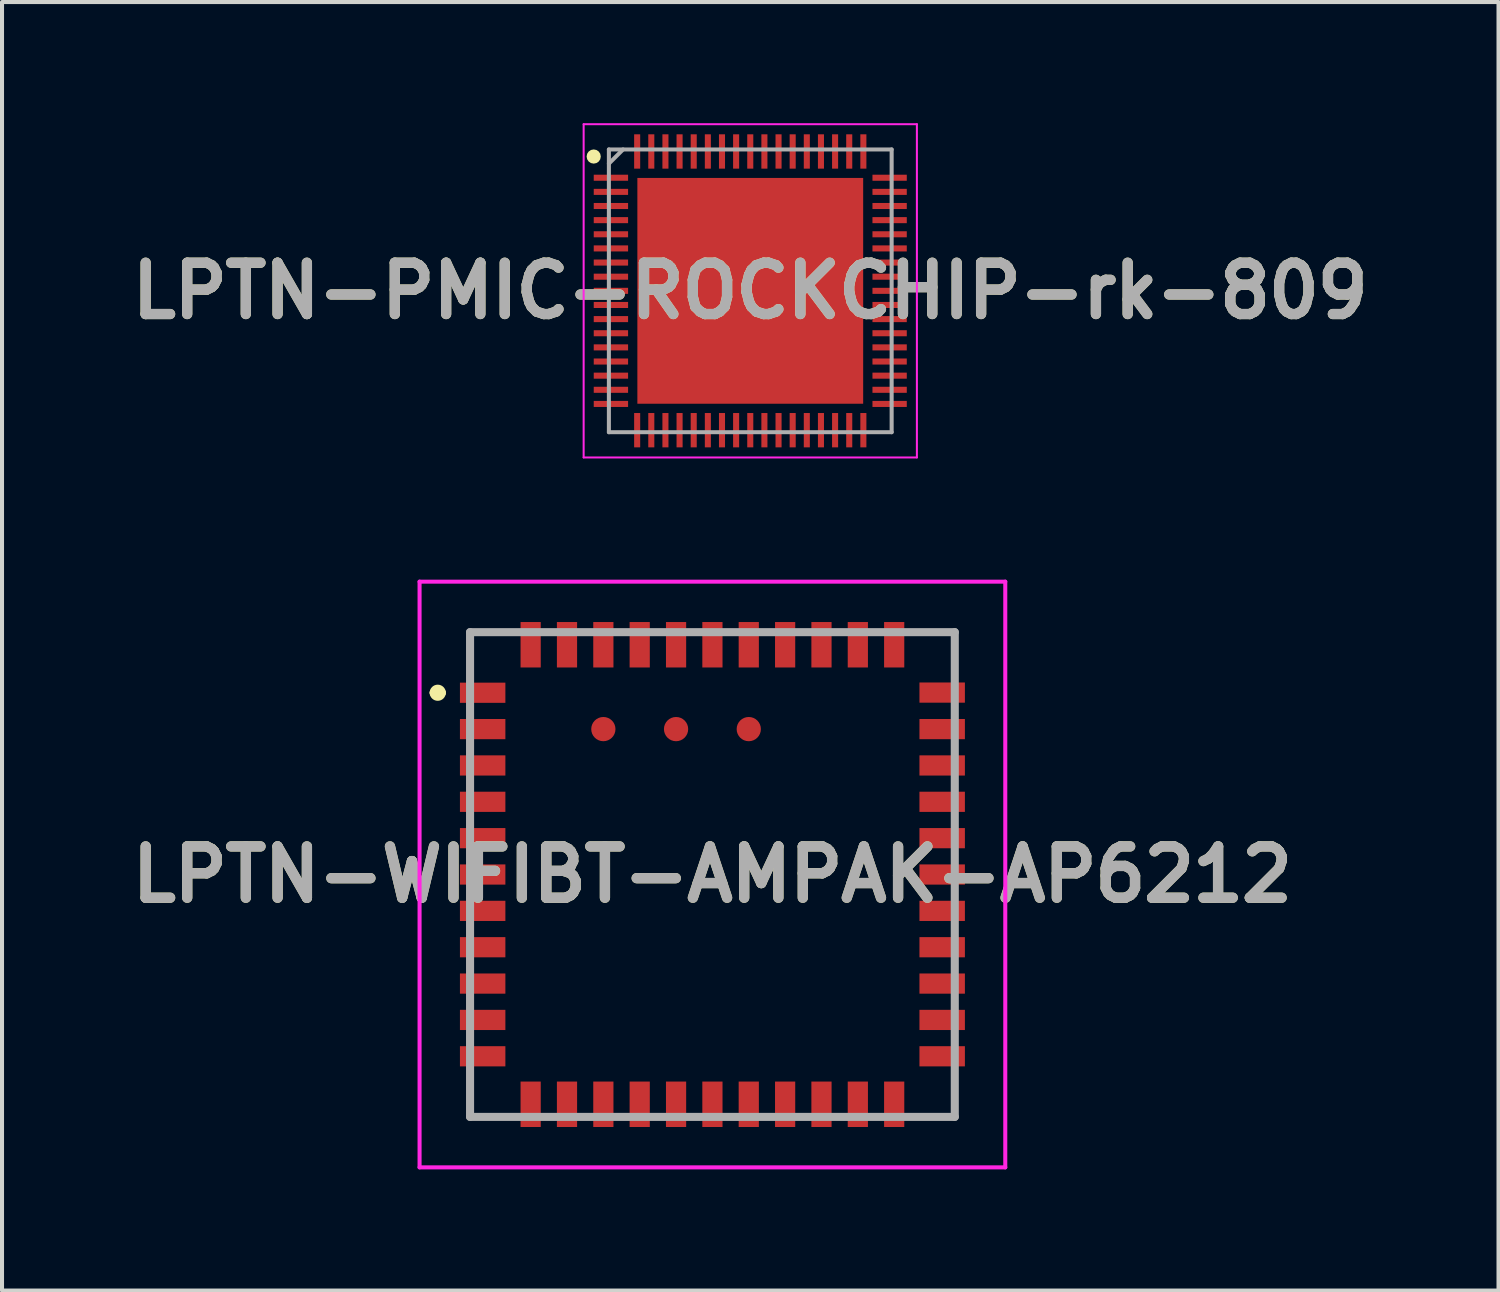
<source format=kicad_pcb>
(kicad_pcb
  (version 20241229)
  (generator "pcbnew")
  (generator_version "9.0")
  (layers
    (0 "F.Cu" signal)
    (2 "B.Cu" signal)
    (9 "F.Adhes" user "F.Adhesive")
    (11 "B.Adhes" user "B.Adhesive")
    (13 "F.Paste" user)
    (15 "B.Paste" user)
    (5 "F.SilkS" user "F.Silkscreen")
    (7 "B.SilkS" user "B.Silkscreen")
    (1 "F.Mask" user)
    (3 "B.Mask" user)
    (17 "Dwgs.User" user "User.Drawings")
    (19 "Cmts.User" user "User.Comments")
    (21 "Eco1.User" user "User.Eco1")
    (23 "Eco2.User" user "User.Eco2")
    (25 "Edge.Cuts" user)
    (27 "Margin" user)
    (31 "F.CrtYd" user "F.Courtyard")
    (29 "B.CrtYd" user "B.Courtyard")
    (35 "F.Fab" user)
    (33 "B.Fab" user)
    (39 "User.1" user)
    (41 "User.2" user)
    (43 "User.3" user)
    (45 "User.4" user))
  (footprint "LPTN-WIFIBT-AMPAK-AP6212"
    (layer "F.Cu")
    (at 14.587 18.6)
    (property "Reference" "LPTN-WIFIBT-AMPAK-AP6212" (at 0 0 0) (layer "F.SilkS") (effects (font (size 1.27 1.27) (thickness 0.254))))
    (attr smd)
    (fp_line (start -6.9 -4.5) (end -6.9 -4.5) (stroke (width 0.2) (type solid)) (layer "F.SilkS"))
    (fp_line (start -6.7 -4.5) (end -6.7 -4.5) (stroke (width 0.2) (type solid)) (layer "F.SilkS"))
    (fp_line (start -6 -6) (end -5.5 -6) (stroke (width 0.1) (type solid)) (layer "F.SilkS"))
    (fp_line (start -6 -5.5) (end -6 -6) (stroke (width 0.1) (type solid)) (layer "F.SilkS"))
    (fp_line (start -6 6) (end -6 5.5) (stroke (width 0.1) (type solid)) (layer "F.SilkS"))
    (fp_line (start -5.5 6) (end -6 6) (stroke (width 0.1) (type solid)) (layer "F.SilkS"))
    (fp_line (start 5.5 -6) (end 6 -6) (stroke (width 0.1) (type solid)) (layer "F.SilkS"))
    (fp_line (start 5.5 6) (end 6 6) (stroke (width 0.1) (type solid)) (layer "F.SilkS"))
    (fp_line (start 6 -6) (end 6 -5.5) (stroke (width 0.1) (type solid)) (layer "F.SilkS"))
    (fp_line (start 6 6) (end 6 5.5) (stroke (width 0.1) (type solid)) (layer "F.SilkS"))
    (fp_arc (start -6.9 -4.5) (mid -6.8 -4.6) (end -6.7 -4.5) (stroke (width 0.2) (type solid)) (layer "F.SilkS"))
    (fp_arc (start -6.7 -4.5) (mid -6.8 -4.4) (end -6.9 -4.5) (stroke (width 0.2) (type solid)) (layer "F.SilkS"))
    (fp_line (start -7.25 -7.25) (end 7.25 -7.25) (stroke (width 0.1) (type solid)) (layer "F.CrtYd"))
    (fp_line (start -7.25 7.25) (end -7.25 -7.25) (stroke (width 0.1) (type solid)) (layer "F.CrtYd"))
    (fp_line (start 7.25 -7.25) (end 7.25 7.25) (stroke (width 0.1) (type solid)) (layer "F.CrtYd"))
    (fp_line (start 7.25 7.25) (end -7.25 7.25) (stroke (width 0.1) (type solid)) (layer "F.CrtYd"))
    (fp_line (start -6 -6) (end 6 -6) (stroke (width 0.2) (type solid)) (layer "F.Fab"))
    (fp_line (start -6 6) (end -6 -6) (stroke (width 0.2) (type solid)) (layer "F.Fab"))
    (fp_line (start 6 -6) (end 6 6) (stroke (width 0.2) (type solid)) (layer "F.Fab"))
    (fp_line (start 6 6) (end -6 6) (stroke (width 0.2) (type solid)) (layer "F.Fab"))
    (fp_text user "${REFERENCE}" (at 0 0 0) (layer "F.Fab") (effects (font (size 1.27 1.27) (thickness 0.254))))
    (pad "1" smd rect (at -5.688 -4.5 90) (size 0.5 1.125) (layers "F.Cu" "F.Mask" "F.Paste"))
    (pad "2" smd rect (at -5.688 -3.6 90) (size 0.5 1.125) (layers "F.Cu" "F.Mask" "F.Paste"))
    (pad "3" smd rect (at -5.688 -2.7 90) (size 0.5 1.125) (layers "F.Cu" "F.Mask" "F.Paste"))
    (pad "4" smd rect (at -5.688 -1.8 90) (size 0.5 1.125) (layers "F.Cu" "F.Mask" "F.Paste"))
    (pad "5" smd rect (at -5.688 -0.9 90) (size 0.5 1.125) (layers "F.Cu" "F.Mask" "F.Paste"))
    (pad "6" smd rect (at -5.688 0 90) (size 0.5 1.125) (layers "F.Cu" "F.Mask" "F.Paste"))
    (pad "7" smd rect (at -5.688 0.9 90) (size 0.5 1.125) (layers "F.Cu" "F.Mask" "F.Paste"))
    (pad "8" smd rect (at -5.688 1.8 90) (size 0.5 1.125) (layers "F.Cu" "F.Mask" "F.Paste"))
    (pad "9" smd rect (at -5.688 2.7 90) (size 0.5 1.125) (layers "F.Cu" "F.Mask" "F.Paste"))
    (pad "10" smd rect (at -5.688 3.6 90) (size 0.5 1.125) (layers "F.Cu" "F.Mask" "F.Paste"))
    (pad "11" smd rect (at -5.688 4.5 90) (size 0.5 1.125) (layers "F.Cu" "F.Mask" "F.Paste"))
    (pad "12" smd rect (at -4.5 5.688) (size 0.5 1.125) (layers "F.Cu" "F.Mask" "F.Paste"))
    (pad "13" smd rect (at -3.6 5.688) (size 0.5 1.125) (layers "F.Cu" "F.Mask" "F.Paste"))
    (pad "14" smd rect (at -2.7 5.688) (size 0.5 1.125) (layers "F.Cu" "F.Mask" "F.Paste"))
    (pad "15" smd rect (at -1.8 5.688) (size 0.5 1.125) (layers "F.Cu" "F.Mask" "F.Paste"))
    (pad "16" smd rect (at -0.9 5.688) (size 0.5 1.125) (layers "F.Cu" "F.Mask" "F.Paste"))
    (pad "17" smd rect (at 0 5.688) (size 0.5 1.125) (layers "F.Cu" "F.Mask" "F.Paste"))
    (pad "18" smd rect (at 0.9 5.688) (size 0.5 1.125) (layers "F.Cu" "F.Mask" "F.Paste"))
    (pad "19" smd rect (at 1.8 5.688) (size 0.5 1.125) (layers "F.Cu" "F.Mask" "F.Paste"))
    (pad "20" smd rect (at 2.7 5.688) (size 0.5 1.125) (layers "F.Cu" "F.Mask" "F.Paste"))
    (pad "21" smd rect (at 3.6 5.688) (size 0.5 1.125) (layers "F.Cu" "F.Mask" "F.Paste"))
    (pad "22" smd rect (at 4.5 5.688) (size 0.5 1.125) (layers "F.Cu" "F.Mask" "F.Paste"))
    (pad "23" smd rect (at 5.688 4.5 90) (size 0.5 1.125) (layers "F.Cu" "F.Mask" "F.Paste"))
    (pad "24" smd rect (at 5.688 3.6 90) (size 0.5 1.125) (layers "F.Cu" "F.Mask" "F.Paste"))
    (pad "25" smd rect (at 5.688 2.7 90) (size 0.5 1.125) (layers "F.Cu" "F.Mask" "F.Paste"))
    (pad "26" smd rect (at 5.688 1.8 90) (size 0.5 1.125) (layers "F.Cu" "F.Mask" "F.Paste"))
    (pad "27" smd rect (at 5.688 0.9 90) (size 0.5 1.125) (layers "F.Cu" "F.Mask" "F.Paste"))
    (pad "28" smd rect (at 5.688 0 90) (size 0.5 1.125) (layers "F.Cu" "F.Mask" "F.Paste"))
    (pad "29" smd rect (at 5.688 -0.9 90) (size 0.5 1.125) (layers "F.Cu" "F.Mask" "F.Paste"))
    (pad "30" smd rect (at 5.688 -1.8 90) (size 0.5 1.125) (layers "F.Cu" "F.Mask" "F.Paste"))
    (pad "31" smd rect (at 5.688 -2.7 90) (size 0.5 1.125) (layers "F.Cu" "F.Mask" "F.Paste"))
    (pad "32" smd rect (at 5.688 -3.6 90) (size 0.5 1.125) (layers "F.Cu" "F.Mask" "F.Paste"))
    (pad "33" smd rect (at 5.688 -4.504 90) (size 0.5 1.125) (layers "F.Cu" "F.Mask" "F.Paste"))
    (pad "34" smd rect (at 4.5 -5.688) (size 0.5 1.125) (layers "F.Cu" "F.Mask" "F.Paste"))
    (pad "35" smd rect (at 3.6 -5.688) (size 0.5 1.125) (layers "F.Cu" "F.Mask" "F.Paste"))
    (pad "36" smd rect (at 2.7 -5.688) (size 0.5 1.125) (layers "F.Cu" "F.Mask" "F.Paste"))
    (pad "37" smd rect (at 1.8 -5.688) (size 0.5 1.125) (layers "F.Cu" "F.Mask" "F.Paste"))
    (pad "38" smd rect (at 0.9 -5.688) (size 0.5 1.125) (layers "F.Cu" "F.Mask" "F.Paste"))
    (pad "39" smd rect (at 0 -5.688) (size 0.5 1.125) (layers "F.Cu" "F.Mask" "F.Paste"))
    (pad "40" smd rect (at -0.9 -5.688) (size 0.5 1.125) (layers "F.Cu" "F.Mask" "F.Paste"))
    (pad "41" smd rect (at -1.8 -5.688) (size 0.5 1.125) (layers "F.Cu" "F.Mask" "F.Paste"))
    (pad "42" smd rect (at -2.7 -5.688) (size 0.5 1.125) (layers "F.Cu" "F.Mask" "F.Paste"))
    (pad "43" smd rect (at -3.6 -5.688) (size 0.5 1.125) (layers "F.Cu" "F.Mask" "F.Paste"))
    (pad "44" smd rect (at -4.5 -5.688) (size 0.5 1.125) (layers "F.Cu" "F.Mask" "F.Paste"))
    (pad "TP1" smd circle (at -2.7 -3.6 90) (size 0.6 0.6) (layers "F.Cu" "F.Mask" "F.Paste"))
    (pad "TP2" smd circle (at -0.9 -3.6 90) (size 0.6 0.6) (layers "F.Cu" "F.Mask" "F.Paste"))
    (pad "TP3" smd circle (at 0.9 -3.6 90) (size 0.6 0.6) (layers "F.Cu" "F.Mask" "F.Paste")))
  (footprint "LPTN-PMIC-ROCKCHIP-rk-809"
    (layer "F.Cu")
    (at 15.524 4.15)
    (property "Reference" "LPTN-PMIC-ROCKCHIP-rk-809" (at 0 0 0) (layer "F.SilkS") (effects (font (size 1.27 1.27) (thickness 0.254))))
    (attr smd)
    (fp_circle (center -3.876 -3.325) (end -3.876 -3.237) (stroke (width 0.175) (type solid)) (fill no) (layer "F.SilkS"))
    (fp_line (start -4.125 -4.125) (end 4.125 -4.125) (stroke (width 0.05) (type solid)) (layer "F.CrtYd"))
    (fp_line (start -4.125 4.125) (end -4.125 -4.125) (stroke (width 0.05) (type solid)) (layer "F.CrtYd"))
    (fp_line (start 4.125 -4.125) (end 4.125 4.125) (stroke (width 0.05) (type solid)) (layer "F.CrtYd"))
    (fp_line (start 4.125 4.125) (end -4.125 4.125) (stroke (width 0.05) (type solid)) (layer "F.CrtYd"))
    (fp_line (start -3.5 -3.5) (end 3.5 -3.5) (stroke (width 0.1) (type solid)) (layer "F.Fab"))
    (fp_line (start -3.5 -3.15) (end -3.15 -3.5) (stroke (width 0.1) (type solid)) (layer "F.Fab"))
    (fp_line (start -3.5 3.5) (end -3.5 -3.5) (stroke (width 0.1) (type solid)) (layer "F.Fab"))
    (fp_line (start 3.5 -3.5) (end 3.5 3.5) (stroke (width 0.1) (type solid)) (layer "F.Fab"))
    (fp_line (start 3.5 3.5) (end -3.5 3.5) (stroke (width 0.1) (type solid)) (layer "F.Fab"))
    (fp_text user "${REFERENCE}" (at 0 0 0) (layer "F.Fab") (effects (font (size 1.27 1.27) (thickness 0.254))))
    (pad "1" smd rect (at -3.45 -2.8 90) (size 0.15 0.85) (layers "F.Cu" "F.Mask" "F.Paste"))
    (pad "2" smd rect (at -3.45 -2.45 90) (size 0.15 0.85) (layers "F.Cu" "F.Mask" "F.Paste"))
    (pad "3" smd rect (at -3.45 -2.1 90) (size 0.15 0.85) (layers "F.Cu" "F.Mask" "F.Paste"))
    (pad "4" smd rect (at -3.45 -1.75 90) (size 0.15 0.85) (layers "F.Cu" "F.Mask" "F.Paste"))
    (pad "5" smd rect (at -3.45 -1.4 90) (size 0.15 0.85) (layers "F.Cu" "F.Mask" "F.Paste"))
    (pad "6" smd rect (at -3.45 -1.05 90) (size 0.15 0.85) (layers "F.Cu" "F.Mask" "F.Paste"))
    (pad "7" smd rect (at -3.45 -0.7 90) (size 0.15 0.85) (layers "F.Cu" "F.Mask" "F.Paste"))
    (pad "8" smd rect (at -3.45 -0.35 90) (size 0.15 0.85) (layers "F.Cu" "F.Mask" "F.Paste"))
    (pad "9" smd rect (at -3.45 0 90) (size 0.15 0.85) (layers "F.Cu" "F.Mask" "F.Paste"))
    (pad "10" smd rect (at -3.45 0.35 90) (size 0.15 0.85) (layers "F.Cu" "F.Mask" "F.Paste"))
    (pad "11" smd rect (at -3.45 0.7 90) (size 0.15 0.85) (layers "F.Cu" "F.Mask" "F.Paste"))
    (pad "12" smd rect (at -3.45 1.05 90) (size 0.15 0.85) (layers "F.Cu" "F.Mask" "F.Paste"))
    (pad "13" smd rect (at -3.45 1.4 90) (size 0.15 0.85) (layers "F.Cu" "F.Mask" "F.Paste"))
    (pad "14" smd rect (at -3.45 1.75 90) (size 0.15 0.85) (layers "F.Cu" "F.Mask" "F.Paste"))
    (pad "15" smd rect (at -3.45 2.1 90) (size 0.15 0.85) (layers "F.Cu" "F.Mask" "F.Paste"))
    (pad "16" smd rect (at -3.45 2.45 90) (size 0.15 0.85) (layers "F.Cu" "F.Mask" "F.Paste"))
    (pad "17" smd rect (at -3.45 2.8 90) (size 0.15 0.85) (layers "F.Cu" "F.Mask" "F.Paste"))
    (pad "18" smd rect (at -2.8 3.45) (size 0.15 0.85) (layers "F.Cu" "F.Mask" "F.Paste"))
    (pad "19" smd rect (at -2.45 3.45) (size 0.15 0.85) (layers "F.Cu" "F.Mask" "F.Paste"))
    (pad "20" smd rect (at -2.1 3.45) (size 0.15 0.85) (layers "F.Cu" "F.Mask" "F.Paste"))
    (pad "21" smd rect (at -1.75 3.45) (size 0.15 0.85) (layers "F.Cu" "F.Mask" "F.Paste"))
    (pad "22" smd rect (at -1.4 3.45) (size 0.15 0.85) (layers "F.Cu" "F.Mask" "F.Paste"))
    (pad "23" smd rect (at -1.05 3.45) (size 0.15 0.85) (layers "F.Cu" "F.Mask" "F.Paste"))
    (pad "24" smd rect (at -0.7 3.45) (size 0.15 0.85) (layers "F.Cu" "F.Mask" "F.Paste"))
    (pad "25" smd rect (at -0.35 3.45) (size 0.15 0.85) (layers "F.Cu" "F.Mask" "F.Paste"))
    (pad "26" smd rect (at 0 3.45) (size 0.15 0.85) (layers "F.Cu" "F.Mask" "F.Paste"))
    (pad "27" smd rect (at 0.35 3.45) (size 0.15 0.85) (layers "F.Cu" "F.Mask" "F.Paste"))
    (pad "28" smd rect (at 0.7 3.45) (size 0.15 0.85) (layers "F.Cu" "F.Mask" "F.Paste"))
    (pad "29" smd rect (at 1.05 3.45) (size 0.15 0.85) (layers "F.Cu" "F.Mask" "F.Paste"))
    (pad "30" smd rect (at 1.4 3.45) (size 0.15 0.85) (layers "F.Cu" "F.Mask" "F.Paste"))
    (pad "31" smd rect (at 1.75 3.45) (size 0.15 0.85) (layers "F.Cu" "F.Mask" "F.Paste"))
    (pad "32" smd rect (at 2.1 3.45) (size 0.15 0.85) (layers "F.Cu" "F.Mask" "F.Paste"))
    (pad "33" smd rect (at 2.45 3.45) (size 0.15 0.85) (layers "F.Cu" "F.Mask" "F.Paste"))
    (pad "34" smd rect (at 2.8 3.45) (size 0.15 0.85) (layers "F.Cu" "F.Mask" "F.Paste"))
    (pad "35" smd rect (at 3.45 2.8 90) (size 0.15 0.85) (layers "F.Cu" "F.Mask" "F.Paste"))
    (pad "36" smd rect (at 3.45 2.45 90) (size 0.15 0.85) (layers "F.Cu" "F.Mask" "F.Paste"))
    (pad "37" smd rect (at 3.45 2.1 90) (size 0.15 0.85) (layers "F.Cu" "F.Mask" "F.Paste"))
    (pad "38" smd rect (at 3.45 1.75 90) (size 0.15 0.85) (layers "F.Cu" "F.Mask" "F.Paste"))
    (pad "39" smd rect (at 3.45 1.4 90) (size 0.15 0.85) (layers "F.Cu" "F.Mask" "F.Paste"))
    (pad "40" smd rect (at 3.45 1.05 90) (size 0.15 0.85) (layers "F.Cu" "F.Mask" "F.Paste"))
    (pad "41" smd rect (at 3.45 0.7 90) (size 0.15 0.85) (layers "F.Cu" "F.Mask" "F.Paste"))
    (pad "42" smd rect (at 3.45 0.35 90) (size 0.15 0.85) (layers "F.Cu" "F.Mask" "F.Paste"))
    (pad "43" smd rect (at 3.45 0 90) (size 0.15 0.85) (layers "F.Cu" "F.Mask" "F.Paste"))
    (pad "44" smd rect (at 3.45 -0.35 90) (size 0.15 0.85) (layers "F.Cu" "F.Mask" "F.Paste"))
    (pad "45" smd rect (at 3.45 -0.7 90) (size 0.15 0.85) (layers "F.Cu" "F.Mask" "F.Paste"))
    (pad "46" smd rect (at 3.45 -1.05 90) (size 0.15 0.85) (layers "F.Cu" "F.Mask" "F.Paste"))
    (pad "47" smd rect (at 3.45 -1.4 90) (size 0.15 0.85) (layers "F.Cu" "F.Mask" "F.Paste"))
    (pad "48" smd rect (at 3.45 -1.75 90) (size 0.15 0.85) (layers "F.Cu" "F.Mask" "F.Paste"))
    (pad "49" smd rect (at 3.45 -2.1 90) (size 0.15 0.85) (layers "F.Cu" "F.Mask" "F.Paste"))
    (pad "50" smd rect (at 3.45 -2.45 90) (size 0.15 0.85) (layers "F.Cu" "F.Mask" "F.Paste"))
    (pad "51" smd rect (at 3.45 -2.8 90) (size 0.15 0.85) (layers "F.Cu" "F.Mask" "F.Paste"))
    (pad "52" smd rect (at 2.8 -3.45) (size 0.15 0.85) (layers "F.Cu" "F.Mask" "F.Paste"))
    (pad "53" smd rect (at 2.45 -3.45) (size 0.15 0.85) (layers "F.Cu" "F.Mask" "F.Paste"))
    (pad "54" smd rect (at 2.1 -3.45) (size 0.15 0.85) (layers "F.Cu" "F.Mask" "F.Paste"))
    (pad "55" smd rect (at 1.75 -3.45) (size 0.15 0.85) (layers "F.Cu" "F.Mask" "F.Paste"))
    (pad "56" smd rect (at 1.4 -3.45) (size 0.15 0.85) (layers "F.Cu" "F.Mask" "F.Paste"))
    (pad "57" smd rect (at 1.05 -3.45) (size 0.15 0.85) (layers "F.Cu" "F.Mask" "F.Paste"))
    (pad "58" smd rect (at 0.7 -3.45) (size 0.15 0.85) (layers "F.Cu" "F.Mask" "F.Paste"))
    (pad "59" smd rect (at 0.35 -3.45) (size 0.15 0.85) (layers "F.Cu" "F.Mask" "F.Paste"))
    (pad "60" smd rect (at 0 -3.45) (size 0.15 0.85) (layers "F.Cu" "F.Mask" "F.Paste"))
    (pad "61" smd rect (at -0.35 -3.45) (size 0.15 0.85) (layers "F.Cu" "F.Mask" "F.Paste"))
    (pad "62" smd rect (at -0.7 -3.45) (size 0.15 0.85) (layers "F.Cu" "F.Mask" "F.Paste"))
    (pad "63" smd rect (at -1.05 -3.45) (size 0.15 0.85) (layers "F.Cu" "F.Mask" "F.Paste"))
    (pad "64" smd rect (at -1.4 -3.45) (size 0.15 0.85) (layers "F.Cu" "F.Mask" "F.Paste"))
    (pad "65" smd rect (at -1.75 -3.45) (size 0.15 0.85) (layers "F.Cu" "F.Mask" "F.Paste"))
    (pad "66" smd rect (at -2.1 -3.45) (size 0.15 0.85) (layers "F.Cu" "F.Mask" "F.Paste"))
    (pad "67" smd rect (at -2.45 -3.45) (size 0.15 0.85) (layers "F.Cu" "F.Mask" "F.Paste"))
    (pad "68" smd rect (at -2.8 -3.45) (size 0.15 0.85) (layers "F.Cu" "F.Mask" "F.Paste"))
    (pad "69" smd rect (at 0 0) (size 5.59 5.59) (layers "F.Cu" "F.Mask" "F.Paste")))
  (gr_rect
    (start -3 -3)
    (end 34.048 28.9)
    (stroke (width 0.1) (type default))
    (fill no)
    (layer "Edge.Cuts")))
</source>
